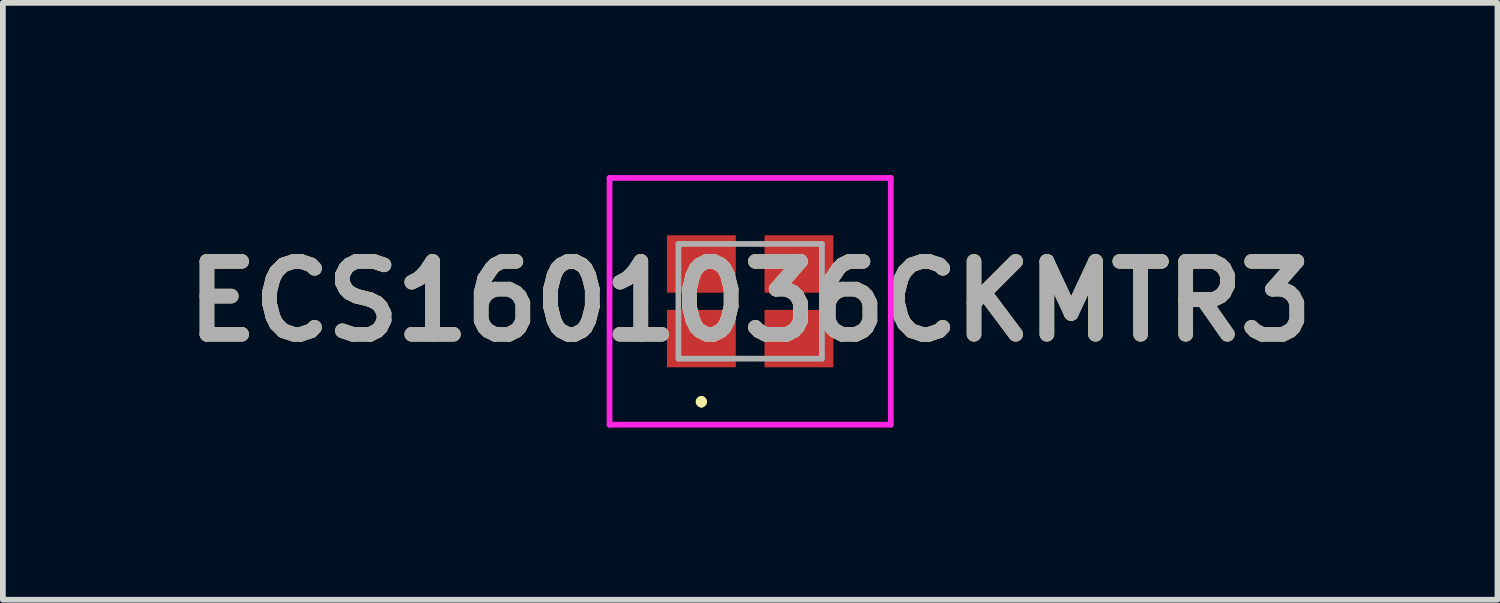
<source format=kicad_pcb>
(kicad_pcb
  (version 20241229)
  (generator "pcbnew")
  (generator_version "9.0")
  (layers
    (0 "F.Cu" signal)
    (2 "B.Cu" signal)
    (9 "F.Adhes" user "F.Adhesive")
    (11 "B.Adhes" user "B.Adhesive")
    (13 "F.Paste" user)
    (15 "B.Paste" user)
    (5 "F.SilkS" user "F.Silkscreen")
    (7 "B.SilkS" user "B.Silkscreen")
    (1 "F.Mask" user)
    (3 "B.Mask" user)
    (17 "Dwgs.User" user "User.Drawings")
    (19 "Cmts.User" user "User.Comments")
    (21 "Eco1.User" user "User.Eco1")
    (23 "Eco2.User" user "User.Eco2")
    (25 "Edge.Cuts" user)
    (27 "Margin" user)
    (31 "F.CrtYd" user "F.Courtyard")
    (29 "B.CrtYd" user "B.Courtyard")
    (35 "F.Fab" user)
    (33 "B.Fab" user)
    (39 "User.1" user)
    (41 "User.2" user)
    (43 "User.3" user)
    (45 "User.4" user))
  (footprint "ECS1601036CKMTR3"
    (layer "F.Cu")
    (at 10.021 2.2)
    (property "Reference" "ECS1601036CKMTR3" (at 0 0 0) (layer "F.SilkS") (effects (font (size 1.27 1.27) (thickness 0.254))))
    (attr smd)
    (fp_line (start -0.85 1.7) (end -0.85 1.7) (stroke (width 0.1) (type solid)) (layer "F.SilkS"))
    (fp_line (start -0.85 1.8) (end -0.85 1.8) (stroke (width 0.1) (type solid)) (layer "F.SilkS"))
    (fp_arc (start -0.85 1.7) (mid -0.8 1.75) (end -0.85 1.8) (stroke (width 0.1) (type solid)) (layer "F.SilkS"))
    (fp_arc (start -0.85 1.8) (mid -0.9 1.75) (end -0.85 1.7) (stroke (width 0.1) (type solid)) (layer "F.SilkS"))
    (fp_line (start -2.45 -2.15) (end 2.45 -2.15) (stroke (width 0.1) (type solid)) (layer "F.CrtYd"))
    (fp_line (start -2.45 2.15) (end -2.45 -2.15) (stroke (width 0.1) (type solid)) (layer "F.CrtYd"))
    (fp_line (start 2.45 -2.15) (end 2.45 2.15) (stroke (width 0.1) (type solid)) (layer "F.CrtYd"))
    (fp_line (start 2.45 2.15) (end -2.45 2.15) (stroke (width 0.1) (type solid)) (layer "F.CrtYd"))
    (fp_line (start -1.25 -1) (end -1.25 1) (stroke (width 0.1) (type solid)) (layer "F.Fab"))
    (fp_line (start -1.25 1) (end 1.25 1) (stroke (width 0.1) (type solid)) (layer "F.Fab"))
    (fp_line (start 1.25 -1) (end -1.25 -1) (stroke (width 0.1) (type solid)) (layer "F.Fab"))
    (fp_line (start 1.25 1) (end 1.25 -1) (stroke (width 0.1) (type solid)) (layer "F.Fab"))
    (fp_text user "${REFERENCE}" (at 0 0 0) (layer "F.Fab") (effects (font (size 1.27 1.27) (thickness 0.254))))
    (pad "1" smd rect (at -0.85 0.65 90) (size 1 1.2) (layers "F.Cu" "F.Mask" "F.Paste"))
    (pad "2" smd rect (at 0.85 0.65 90) (size 1 1.2) (layers "F.Cu" "F.Mask" "F.Paste"))
    (pad "3" smd rect (at 0.85 -0.65 90) (size 1 1.2) (layers "F.Cu" "F.Mask" "F.Paste"))
    (pad "4" smd rect (at -0.85 -0.65 90) (size 1 1.2) (layers "F.Cu" "F.Mask" "F.Paste")))
  (gr_rect
    (start -3 -3)
    (end 23.042 7.4)
    (stroke (width 0.1) (type default))
    (fill no)
    (layer "Edge.Cuts")))
</source>
